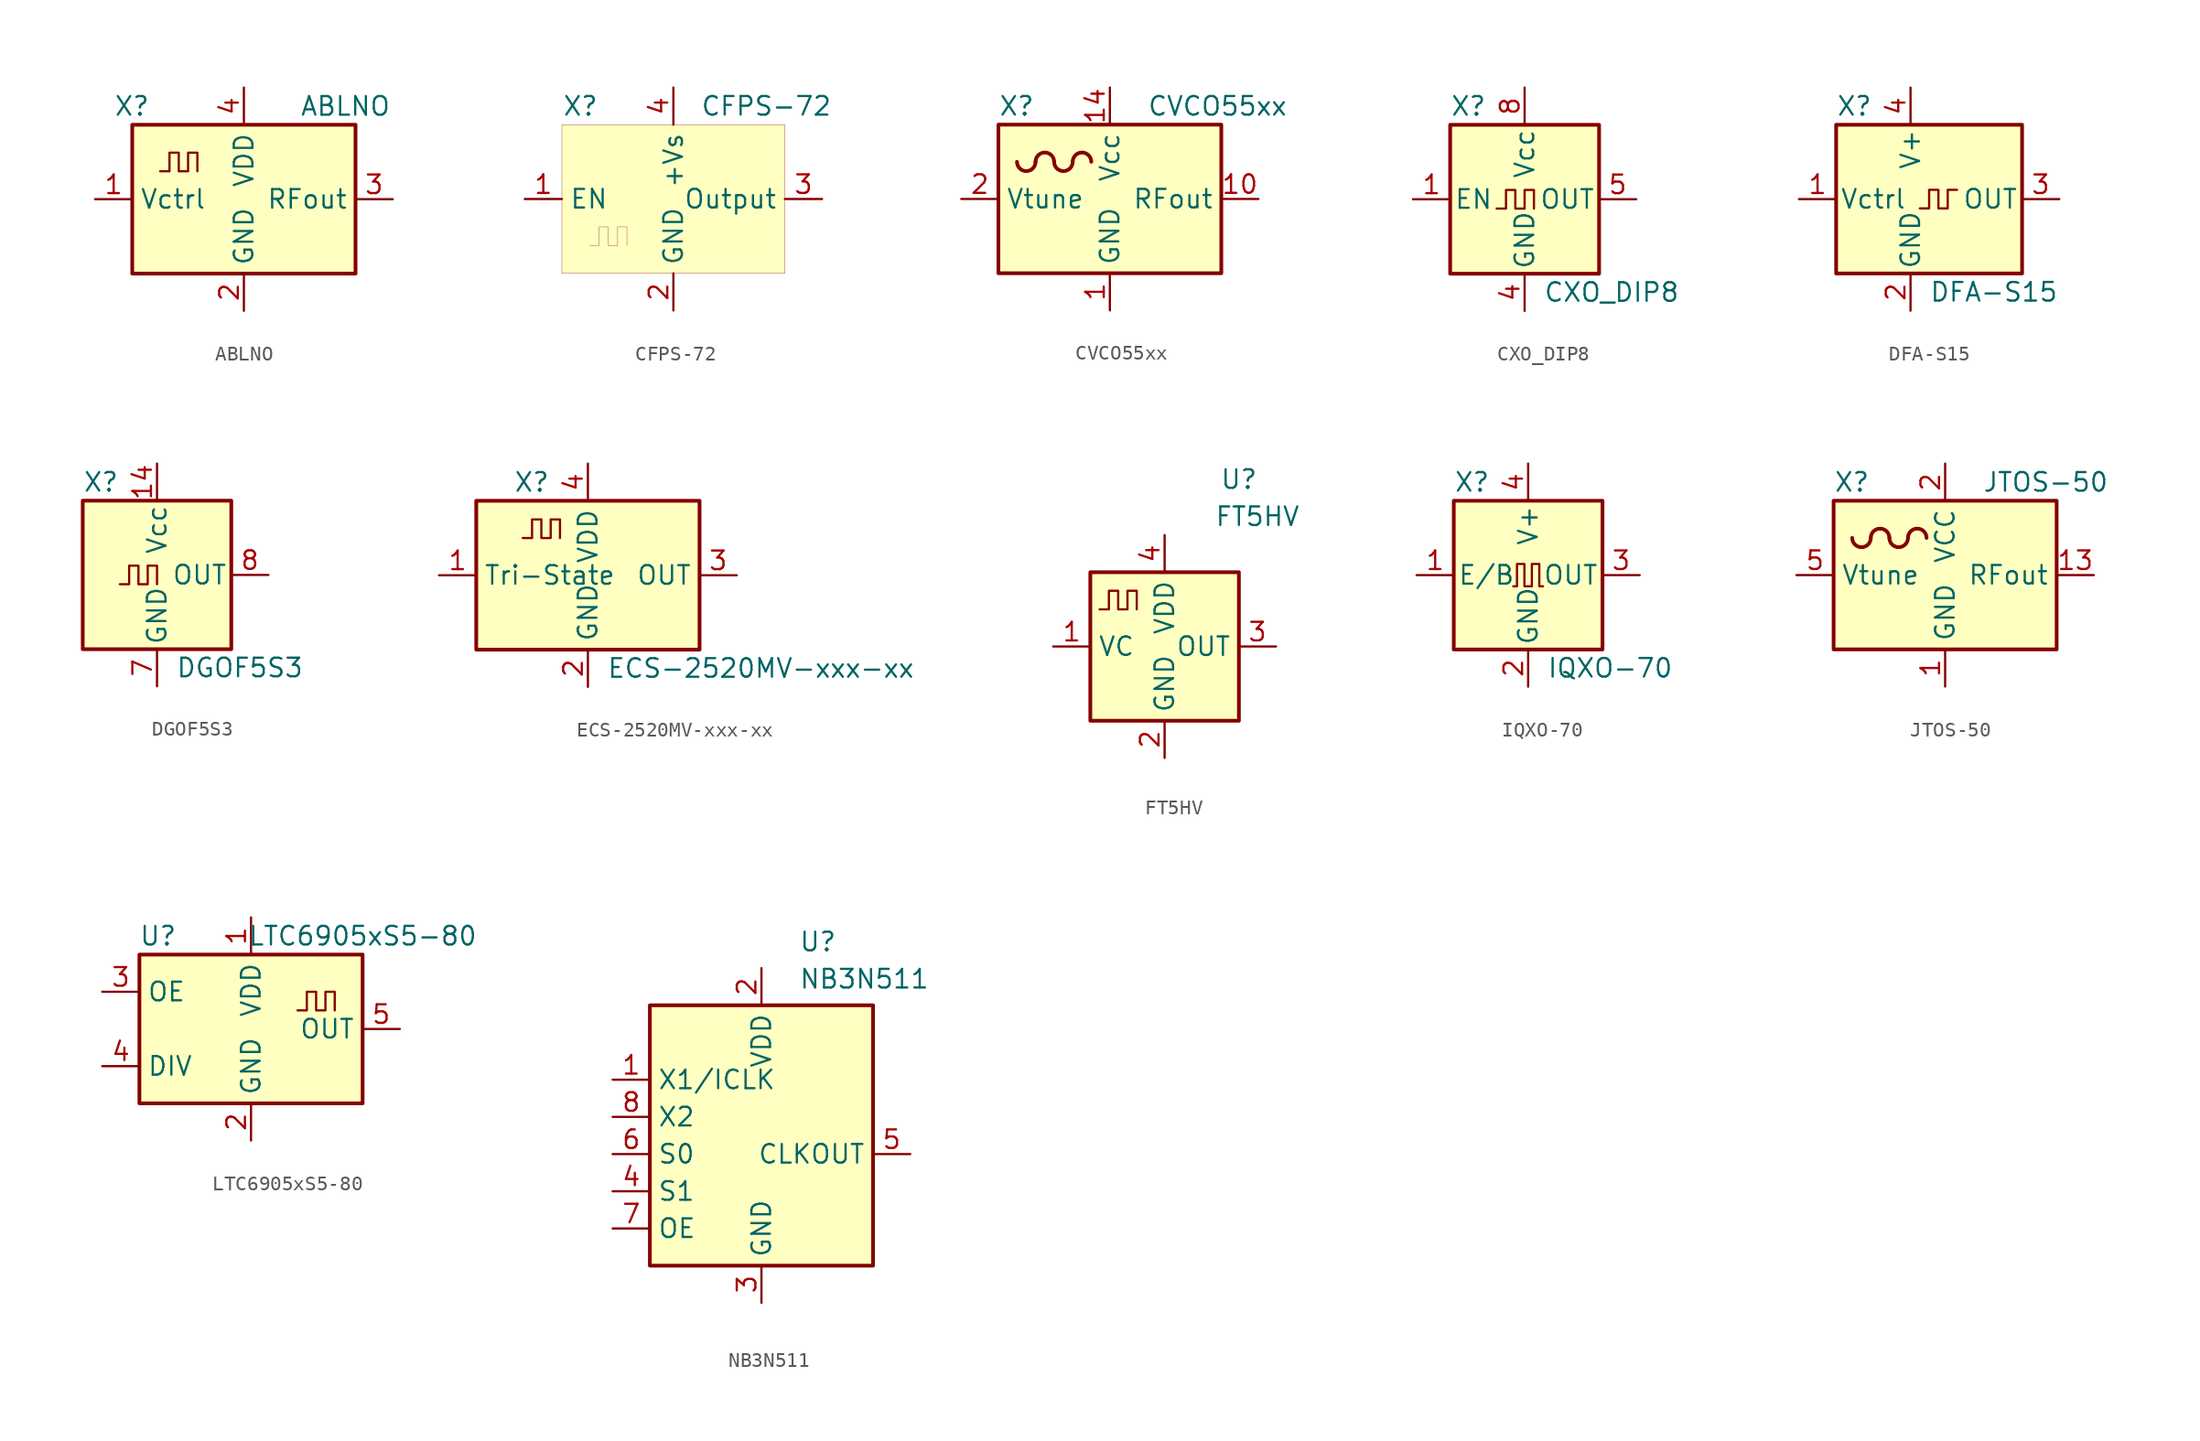
<source format=kicad_sym>
(kicad_symbol_lib
  (version 20220914)
  (generator kicad_symbol_editor)
  (symbol "ABLNO"
    (property "Reference" "X"
      (at -8.89 6.35 0)
      (effects (font (size 1.27 1.27)) (justify left)))
    (property "Value" "ABLNO"
      (at 3.81 6.35 0)
      (effects (font (size 1.27 1.27)) (justify left)))
    (symbol "ABLNO_0_1"
      (rectangle (start -7.62 5.08) (end 7.62 -5.08) (stroke (width 0.254) (type default)) (fill (type background)))
      (polyline (pts (xy -5.715 1.905) (xy -5.08 1.905) (xy -5.08 3.175) (xy -4.445 3.175) (xy -4.445 1.905) (xy -3.81 1.905) (xy -3.81 3.175) (xy -3.175 3.175) (xy -3.175 1.905)) (stroke (width 0) (type default)) (fill (type none))))
    (symbol "ABLNO_1_1"
      (pin input line (at -10.16 0 0) (length 2.54) (name "Vctrl" (effects (font (size 1.27 1.27)))) (number "1" (effects (font (size 1.27 1.27)))))
      (pin power_in line (at 0 -7.62 90) (length 2.54) (name "GND" (effects (font (size 1.27 1.27)))) (number "2" (effects (font (size 1.27 1.27)))))
      (pin output line (at 10.16 0 180) (length 2.54) (name "RFout" (effects (font (size 1.27 1.27)))) (number "3" (effects (font (size 1.27 1.27)))))
      (pin power_in line (at 0 7.62 270) (length 2.54) (name "VDD" (effects (font (size 1.27 1.27)))) (number "4" (effects (font (size 1.27 1.27)))))))
  (symbol "CFPS-72"
    (property "Reference" "X"
      (at -6.35 6.35 0)
      (effects (font (size 1.27 1.27))))
    (property "Value" "CFPS-72"
      (at 6.35 6.35 0)
      (effects (font (size 1.27 1.27))))
    (symbol "CFPS-72_0_1"
      (rectangle (start -7.62 5.08) (end 7.62 -5.08) (stroke (width 0.001) (type default)) (fill (type background)))
      (polyline (pts (xy -5.715 -3.175) (xy -5.08 -3.175) (xy -5.08 -1.905) (xy -4.445 -1.905) (xy -4.445 -3.175) (xy -3.81 -3.175) (xy -3.81 -1.905) (xy -3.175 -1.905) (xy -3.175 -3.175)) (stroke (width 0.001) (type default)) (fill (type none))))
    (symbol "CFPS-72_1_1"
      (pin input line (at -10.16 0 0) (length 2.54) (name "EN" (effects (font (size 1.27 1.27)))) (number "1" (effects (font (size 1.27 1.27)))))
      (pin power_in line (at 0 -7.62 90) (length 2.54) (name "GND" (effects (font (size 1.27 1.27)))) (number "2" (effects (font (size 1.27 1.27)))))
      (pin output line (at 10.16 0 180) (length 2.54) (name "Output" (effects (font (size 1.27 1.27)))) (number "3" (effects (font (size 1.27 1.27)))))
      (pin power_in line (at 0 7.62 270) (length 2.54) (name "+Vs" (effects (font (size 1.27 1.27)))) (number "4" (effects (font (size 1.27 1.27)))))))
  (symbol "CVCO55xx"
    (property "Reference" "X"
      (at -7.62 6.35 0)
      (effects (font (size 1.27 1.27)) (justify left)))
    (property "Value" "CVCO55xx"
      (at 2.54 6.35 0)
      (effects (font (size 1.27 1.27)) (justify left)))
    (symbol "CVCO55xx_0_0"
      (pin passive line (at 0 -7.62 90) (length 2.54) hide (name "GND" (effects (font (size 1.27 1.27)))) (number "15" (effects (font (size 1.27 1.27)))))
      (pin passive line (at 0 -7.62 90) (length 2.54) hide (name "GND" (effects (font (size 1.27 1.27)))) (number "16" (effects (font (size 1.27 1.27))))))
    (symbol "CVCO55xx_0_1"
      (rectangle (start -7.62 5.08) (end 7.62 -5.08) (stroke (width 0.254) (type default)) (fill (type background)))
      (arc (start -6.35 2.54) (mid -5.715 1.9077) (end -5.08 2.54) (stroke (width 0.254) (type default)) (fill (type none)))
      (arc (start -3.81 2.54) (mid -4.445 3.1723) (end -5.08 2.54) (stroke (width 0.254) (type default)) (fill (type none)))
      (arc (start -3.81 2.54) (mid -3.175 1.9077) (end -2.54 2.54) (stroke (width 0.254) (type default)) (fill (type none)))
      (arc (start -1.27 2.54) (mid -1.905 3.1723) (end -2.54 2.54) (stroke (width 0.254) (type default)) (fill (type none))))
    (symbol "CVCO55xx_1_1"
      (pin power_in line (at 0 -7.62 90) (length 2.54) (name "GND" (effects (font (size 1.27 1.27)))) (number "1" (effects (font (size 1.27 1.27)))))
      (pin output line (at 10.16 0 180) (length 2.54) (name "RFout" (effects (font (size 1.27 1.27)))) (number "10" (effects (font (size 1.27 1.27)))))
      (pin passive line (at 0 -7.62 90) (length 2.54) hide (name "GND" (effects (font (size 1.27 1.27)))) (number "11" (effects (font (size 1.27 1.27)))))
      (pin passive line (at 0 -7.62 90) (length 2.54) hide (name "GND" (effects (font (size 1.27 1.27)))) (number "12" (effects (font (size 1.27 1.27)))))
      (pin passive line (at 0 -7.62 90) (length 2.54) hide (name "GND" (effects (font (size 1.27 1.27)))) (number "13" (effects (font (size 1.27 1.27)))))
      (pin power_in line (at 0 7.62 270) (length 2.54) (name "Vcc" (effects (font (size 1.27 1.27)))) (number "14" (effects (font (size 1.27 1.27)))))
      (pin passive line (at -10.16 0 0) (length 2.54) (name "Vtune" (effects (font (size 1.27 1.27)))) (number "2" (effects (font (size 1.27 1.27)))))
      (pin passive line (at 0 -7.62 90) (length 2.54) hide (name "GND" (effects (font (size 1.27 1.27)))) (number "3" (effects (font (size 1.27 1.27)))))
      (pin passive line (at 0 -7.62 90) (length 2.54) hide (name "GND" (effects (font (size 1.27 1.27)))) (number "4" (effects (font (size 1.27 1.27)))))
      (pin passive line (at 0 -7.62 90) (length 2.54) hide (name "GND" (effects (font (size 1.27 1.27)))) (number "5" (effects (font (size 1.27 1.27)))))
      (pin passive line (at 0 -7.62 90) (length 2.54) hide (name "GND" (effects (font (size 1.27 1.27)))) (number "6" (effects (font (size 1.27 1.27)))))
      (pin passive line (at 0 -7.62 90) (length 2.54) hide (name "GND" (effects (font (size 1.27 1.27)))) (number "7" (effects (font (size 1.27 1.27)))))
      (pin passive line (at 0 -7.62 90) (length 2.54) hide (name "GND" (effects (font (size 1.27 1.27)))) (number "8" (effects (font (size 1.27 1.27)))))
      (pin passive line (at 0 -7.62 90) (length 2.54) hide (name "GND" (effects (font (size 1.27 1.27)))) (number "9" (effects (font (size 1.27 1.27)))))))
  (symbol "CXO_DIP8"
    (pin_names
      (offset 0.254))
    (property "Reference" "X"
      (at -5.08 6.35 0)
      (effects (font (size 1.27 1.27)) (justify left)))
    (property "Value" "CXO_DIP8"
      (at 1.27 -6.35 0)
      (effects (font (size 1.27 1.27)) (justify left)))
    (symbol "CXO_DIP8_0_1"
      (rectangle (start -5.08 5.08) (end 5.08 -5.08) (stroke (width 0.254) (type default)) (fill (type background)))
      (polyline (pts (xy -1.905 -0.635) (xy -1.27 -0.635) (xy -1.27 0.635) (xy -0.635 0.635) (xy -0.635 -0.635) (xy 0 -0.635) (xy 0 0.635) (xy 0.635 0.635) (xy 0.635 -0.635)) (stroke (width 0) (type default)) (fill (type none))))
    (symbol "CXO_DIP8_1_1"
      (pin input line (at -7.62 0 0) (length 2.54) (name "EN" (effects (font (size 1.27 1.27)))) (number "1" (effects (font (size 1.27 1.27)))))
      (pin power_in line (at 0 -7.62 90) (length 2.54) (name "GND" (effects (font (size 1.27 1.27)))) (number "4" (effects (font (size 1.27 1.27)))))
      (pin output line (at 7.62 0 180) (length 2.54) (name "OUT" (effects (font (size 1.27 1.27)))) (number "5" (effects (font (size 1.27 1.27)))))
      (pin power_in line (at 0 7.62 270) (length 2.54) (name "Vcc" (effects (font (size 1.27 1.27)))) (number "8" (effects (font (size 1.27 1.27)))))))
  (symbol "DFA-S15"
    (pin_names
      (offset 0.254))
    (property "Reference" "X"
      (at -5.08 6.35 0)
      (effects (font (size 1.27 1.27)) (justify left)))
    (property "Value" "DFA-S15"
      (at 1.27 -6.35 0)
      (effects (font (size 1.27 1.27)) (justify left)))
    (symbol "DFA-S15_0_1"
      (rectangle (start -5.08 5.08) (end 7.62 -5.08) (stroke (width 0.254) (type default)) (fill (type background)))
      (polyline (pts (xy 0.635 -0.635) (xy 1.27 -0.635) (xy 1.27 0.635) (xy 1.905 0.635) (xy 1.905 -0.635) (xy 2.54 -0.635) (xy 2.54 0.635) (xy 3.175 0.635)) (stroke (width 0) (type default)) (fill (type none))))
    (symbol "DFA-S15_1_1"
      (pin input line (at -7.62 0 0) (length 2.54) (name "Vctrl" (effects (font (size 1.27 1.27)))) (number "1" (effects (font (size 1.27 1.27)))))
      (pin power_in line (at 0 -7.62 90) (length 2.54) (name "GND" (effects (font (size 1.27 1.27)))) (number "2" (effects (font (size 1.27 1.27)))))
      (pin output line (at 10.16 0 180) (length 2.54) (name "OUT" (effects (font (size 1.27 1.27)))) (number "3" (effects (font (size 1.27 1.27)))))
      (pin power_in line (at 0 7.62 270) (length 2.54) (name "V+" (effects (font (size 1.27 1.27)))) (number "4" (effects (font (size 1.27 1.27)))))))
  (symbol "DGOF5S3"
    (pin_names
      (offset 0.254))
    (property "Reference" "X"
      (at -5.08 6.35 0)
      (effects (font (size 1.27 1.27)) (justify left)))
    (property "Value" "DGOF5S3"
      (at 1.27 -6.35 0)
      (effects (font (size 1.27 1.27)) (justify left)))
    (symbol "DGOF5S3_0_1"
      (rectangle (start -5.08 5.08) (end 5.08 -5.08) (stroke (width 0.254) (type default)) (fill (type background)))
      (polyline (pts (xy -2.54 -0.635) (xy -1.905 -0.635) (xy -1.905 0.635) (xy -1.27 0.635) (xy -1.27 -0.635) (xy -0.635 -0.635) (xy -0.635 0.635) (xy 0 0.635) (xy 0 -0.635)) (stroke (width 0) (type default)) (fill (type none))))
    (symbol "DGOF5S3_1_1"
      (pin no_connect line (at -5.08 2.54 0) (length 2.54) hide (name "NC" (effects (font (size 1.27 1.27)))) (number "1" (effects (font (size 1.27 1.27)))))
      (pin power_in line (at 0 7.62 270) (length 2.54) (name "Vcc" (effects (font (size 1.27 1.27)))) (number "14" (effects (font (size 1.27 1.27)))))
      (pin power_in line (at 0 -7.62 90) (length 2.54) (name "GND" (effects (font (size 1.27 1.27)))) (number "7" (effects (font (size 1.27 1.27)))))
      (pin output line (at 7.62 0 180) (length 2.54) (name "OUT" (effects (font (size 1.27 1.27)))) (number "8" (effects (font (size 1.27 1.27)))))))
  (symbol "ECS-2520MV-xxx-xx"
    (property "Reference" "X"
      (at -5.08 6.35 0)
      (effects (font (size 1.27 1.27)) (justify left)))
    (property "Value" "ECS-2520MV-xxx-xx"
      (at 1.27 -6.35 0)
      (effects (font (size 1.27 1.27)) (justify left)))
    (symbol "ECS-2520MV-xxx-xx_0_1"
      (rectangle (start -7.62 5.08) (end 7.62 -5.08) (stroke (width 0.254) (type default)) (fill (type background)))
      (polyline (pts (xy -4.445 2.54) (xy -3.81 2.54) (xy -3.81 3.81) (xy -3.175 3.81) (xy -3.175 2.54) (xy -2.54 2.54) (xy -2.54 3.81) (xy -1.905 3.81) (xy -1.905 2.54)) (stroke (width 0) (type default)) (fill (type none))))
    (symbol "ECS-2520MV-xxx-xx_1_1"
      (pin input line (at -10.16 0 0) (length 2.54) (name "Tri-State" (effects (font (size 1.27 1.27)))) (number "1" (effects (font (size 1.27 1.27)))))
      (pin power_in line (at 0 -7.62 90) (length 2.54) (name "GND" (effects (font (size 1.27 1.27)))) (number "2" (effects (font (size 1.27 1.27)))))
      (pin output line (at 10.16 0 180) (length 2.54) (name "OUT" (effects (font (size 1.27 1.27)))) (number "3" (effects (font (size 1.27 1.27)))))
      (pin power_in line (at 0 7.62 270) (length 2.54) (name "VDD" (effects (font (size 1.27 1.27)))) (number "4" (effects (font (size 1.27 1.27)))))))
  (symbol "FT5HV"
    (property "Reference" "U"
      (at 5.08 11.43 0)
      (effects (font (size 1.27 1.27))))
    (property "Value" "FT5HV"
      (at 6.35 8.89 0)
      (effects (font (size 1.27 1.27))))
    (symbol "FT5HV_0_1"
      (rectangle (start -5.08 5.08) (end 5.08 -5.08) (stroke (width 0.254) (type default)) (fill (type background)))
      (polyline (pts (xy -4.445 2.54) (xy -3.81 2.54) (xy -3.81 3.81) (xy -3.175 3.81) (xy -3.175 2.54) (xy -2.54 2.54) (xy -2.54 3.81) (xy -1.905 3.81) (xy -1.905 2.54)) (stroke (width 0) (type default)) (fill (type none))))
    (symbol "FT5HV_1_1"
      (pin input line (at -7.62 0 0) (length 2.54) (name "VC" (effects (font (size 1.27 1.27)))) (number "1" (effects (font (size 1.27 1.27)))))
      (pin power_in line (at 0 -7.62 90) (length 2.54) (name "GND" (effects (font (size 1.27 1.27)))) (number "2" (effects (font (size 1.27 1.27)))))
      (pin output line (at 7.62 0 180) (length 2.54) (name "OUT" (effects (font (size 1.27 1.27)))) (number "3" (effects (font (size 1.27 1.27)))))
      (pin power_in line (at 0 7.62 270) (length 2.54) (name "VDD" (effects (font (size 1.27 1.27)))) (number "4" (effects (font (size 1.27 1.27)))))))
  (symbol "IQXO-70"
    (pin_names
      (offset 0.254))
    (property "Reference" "X"
      (at -5.08 6.35 0)
      (effects (font (size 1.27 1.27)) (justify left)))
    (property "Value" "IQXO-70"
      (at 1.27 -6.35 0)
      (effects (font (size 1.27 1.27)) (justify left)))
    (symbol "IQXO-70_0_1"
      (rectangle (start -5.08 5.08) (end 5.08 -5.08) (stroke (width 0.254) (type default)) (fill (type background)))
      (polyline (pts (xy -1.016 -0.762) (xy -0.762 -0.762) (xy -0.762 0.762) (xy -0.254 0.762) (xy -0.254 -0.762) (xy 0.254 -0.762) (xy 0.254 0.762) (xy 0.762 0.762) (xy 0.762 -0.762) (xy 1.016 -0.762)) (stroke (width 0) (type default)) (fill (type none))))
    (symbol "IQXO-70_1_1"
      (pin input line (at -7.62 0 0) (length 2.54) (name "E/B" (effects (font (size 1.27 1.27)))) (number "1" (effects (font (size 1.27 1.27)))))
      (pin power_in line (at 0 -7.62 90) (length 2.54) (name "GND" (effects (font (size 1.27 1.27)))) (number "2" (effects (font (size 1.27 1.27)))))
      (pin output line (at 7.62 0 180) (length 2.54) (name "OUT" (effects (font (size 1.27 1.27)))) (number "3" (effects (font (size 1.27 1.27)))))
      (pin power_in line (at 0 7.62 270) (length 2.54) (name "V+" (effects (font (size 1.27 1.27)))) (number "4" (effects (font (size 1.27 1.27)))))))
  (symbol "JTOS-50"
    (property "Reference" "X"
      (at -7.62 6.35 0)
      (effects (font (size 1.27 1.27)) (justify left)))
    (property "Value" "JTOS-50"
      (at 2.54 6.35 0)
      (effects (font (size 1.27 1.27)) (justify left)))
    (symbol "JTOS-50_0_1"
      (rectangle (start -7.62 5.08) (end 7.62 -5.08) (stroke (width 0.254) (type default)) (fill (type background)))
      (arc (start -6.35 2.54) (mid -5.715 1.9077) (end -5.08 2.54) (stroke (width 0.254) (type default)) (fill (type none)))
      (arc (start -3.81 2.54) (mid -4.445 3.1723) (end -5.08 2.54) (stroke (width 0.254) (type default)) (fill (type none)))
      (arc (start -3.81 2.54) (mid -3.175 1.9077) (end -2.54 2.54) (stroke (width 0.254) (type default)) (fill (type none)))
      (arc (start -1.27 2.54) (mid -1.905 3.1723) (end -2.54 2.54) (stroke (width 0.254) (type default)) (fill (type none))))
    (symbol "JTOS-50_1_1"
      (pin power_in line (at 0 -7.62 90) (length 2.54) (name "GND" (effects (font (size 1.27 1.27)))) (number "1" (effects (font (size 1.27 1.27)))))
      (pin passive line (at 0 -7.62 90) (length 2.54) hide (name "GND" (effects (font (size 1.27 1.27)))) (number "10" (effects (font (size 1.27 1.27)))))
      (pin passive line (at 0 -7.62 90) (length 2.54) hide (name "GND" (effects (font (size 1.27 1.27)))) (number "11" (effects (font (size 1.27 1.27)))))
      (pin passive line (at 0 -7.62 90) (length 2.54) hide (name "GND" (effects (font (size 1.27 1.27)))) (number "12" (effects (font (size 1.27 1.27)))))
      (pin output line (at 10.16 0 180) (length 2.54) (name "RFout" (effects (font (size 1.27 1.27)))) (number "13" (effects (font (size 1.27 1.27)))))
      (pin passive line (at 0 -7.62 90) (length 2.54) hide (name "GND" (effects (font (size 1.27 1.27)))) (number "14" (effects (font (size 1.27 1.27)))))
      (pin power_in line (at 0 7.62 270) (length 2.54) (name "VCC" (effects (font (size 1.27 1.27)))) (number "2" (effects (font (size 1.27 1.27)))))
      (pin passive line (at 0 -7.62 90) (length 2.54) hide (name "GND" (effects (font (size 1.27 1.27)))) (number "3" (effects (font (size 1.27 1.27)))))
      (pin passive line (at 0 -7.62 90) (length 2.54) hide (name "GND" (effects (font (size 1.27 1.27)))) (number "4" (effects (font (size 1.27 1.27)))))
      (pin input line (at -10.16 0 0) (length 2.54) (name "Vtune" (effects (font (size 1.27 1.27)))) (number "5" (effects (font (size 1.27 1.27)))))
      (pin passive line (at 0 -7.62 90) (length 2.54) hide (name "GND" (effects (font (size 1.27 1.27)))) (number "6" (effects (font (size 1.27 1.27)))))
      (pin passive line (at 0 -7.62 90) (length 2.54) hide (name "GND" (effects (font (size 1.27 1.27)))) (number "7" (effects (font (size 1.27 1.27)))))
      (pin passive line (at 0 -7.62 90) (length 2.54) hide (name "GND" (effects (font (size 1.27 1.27)))) (number "8" (effects (font (size 1.27 1.27)))))
      (pin passive line (at 0 -7.62 90) (length 2.54) hide (name "GND" (effects (font (size 1.27 1.27)))) (number "9" (effects (font (size 1.27 1.27)))))))
  (symbol "LTC6905xS5-80"
    (property "Reference" "U"
      (at -6.35 6.35 0)
      (effects (font (size 1.27 1.27))))
    (property "Value" "LTC6905xS5-80"
      (at 7.62 6.35 0)
      (effects (font (size 1.27 1.27))))
    (symbol "LTC6905xS5-80_1_1"
      (rectangle (start -7.62 5.08) (end 7.62 -5.08) (stroke (width 0.254) (type default)) (fill (type background)))
      (polyline (pts (xy 3.175 1.27) (xy 3.81 1.27) (xy 3.81 2.54) (xy 4.445 2.54) (xy 4.445 1.27) (xy 5.08 1.27) (xy 5.08 2.54) (xy 5.715 2.54) (xy 5.715 1.27)) (stroke (width 0) (type default)) (fill (type none)))
      (pin power_in line (at 0 7.62 270) (length 2.54) (name "VDD" (effects (font (size 1.27 1.27)))) (number "1" (effects (font (size 1.27 1.27)))))
      (pin power_in line (at 0 -7.62 90) (length 2.54) (name "GND" (effects (font (size 1.27 1.27)))) (number "2" (effects (font (size 1.27 1.27)))))
      (pin input line (at -10.16 2.54 0) (length 2.54) (name "OE" (effects (font (size 1.27 1.27)))) (number "3" (effects (font (size 1.27 1.27)))))
      (pin input line (at -10.16 -2.54 0) (length 2.54) (name "DIV" (effects (font (size 1.27 1.27)))) (number "4" (effects (font (size 1.27 1.27)))))
      (pin output line (at 10.16 0 180) (length 2.54) (name "OUT" (effects (font (size 1.27 1.27)))) (number "5" (effects (font (size 1.27 1.27)))))))
  (symbol "NB3N511"
    (property "Reference" "U"
      (at 2.54 15.24 0)
      (effects (font (size 1.27 1.27)) (justify left top)))
    (property "Value" "NB3N511"
      (at 2.54 12.7 0)
      (effects (font (size 1.27 1.27)) (justify left top)))
    (symbol "NB3N511_0_1"
      (rectangle (start -7.62 10.16) (end 7.62 -7.62) (stroke (width 0.254) (type default)) (fill (type background))))
    (symbol "NB3N511_1_1"
      (pin input line (at -10.16 5.08 0) (length 2.54) (name "X1/ICLK" (effects (font (size 1.27 1.27)))) (number "1" (effects (font (size 1.27 1.27)))))
      (pin power_in line (at 0 12.7 270) (length 2.54) (name "VDD" (effects (font (size 1.27 1.27)))) (number "2" (effects (font (size 1.27 1.27)))))
      (pin power_in line (at 0 -10.16 90) (length 2.54) (name "GND" (effects (font (size 1.27 1.27)))) (number "3" (effects (font (size 1.27 1.27)))))
      (pin input line (at -10.16 -2.54 0) (length 2.54) (name "S1" (effects (font (size 1.27 1.27)))) (number "4" (effects (font (size 1.27 1.27)))))
      (pin output line (at 10.16 0 180) (length 2.54) (name "CLKOUT" (effects (font (size 1.27 1.27)))) (number "5" (effects (font (size 1.27 1.27)))))
      (pin input line (at -10.16 0 0) (length 2.54) (name "S0" (effects (font (size 1.27 1.27)))) (number "6" (effects (font (size 1.27 1.27)))))
      (pin input line (at -10.16 -5.08 0) (length 2.54) (name "OE" (effects (font (size 1.27 1.27)))) (number "7" (effects (font (size 1.27 1.27)))))
      (pin passive line (at -10.16 2.54 0) (length 2.54) (name "X2" (effects (font (size 1.27 1.27)))) (number "8" (effects (font (size 1.27 1.27))))))))
</source>
